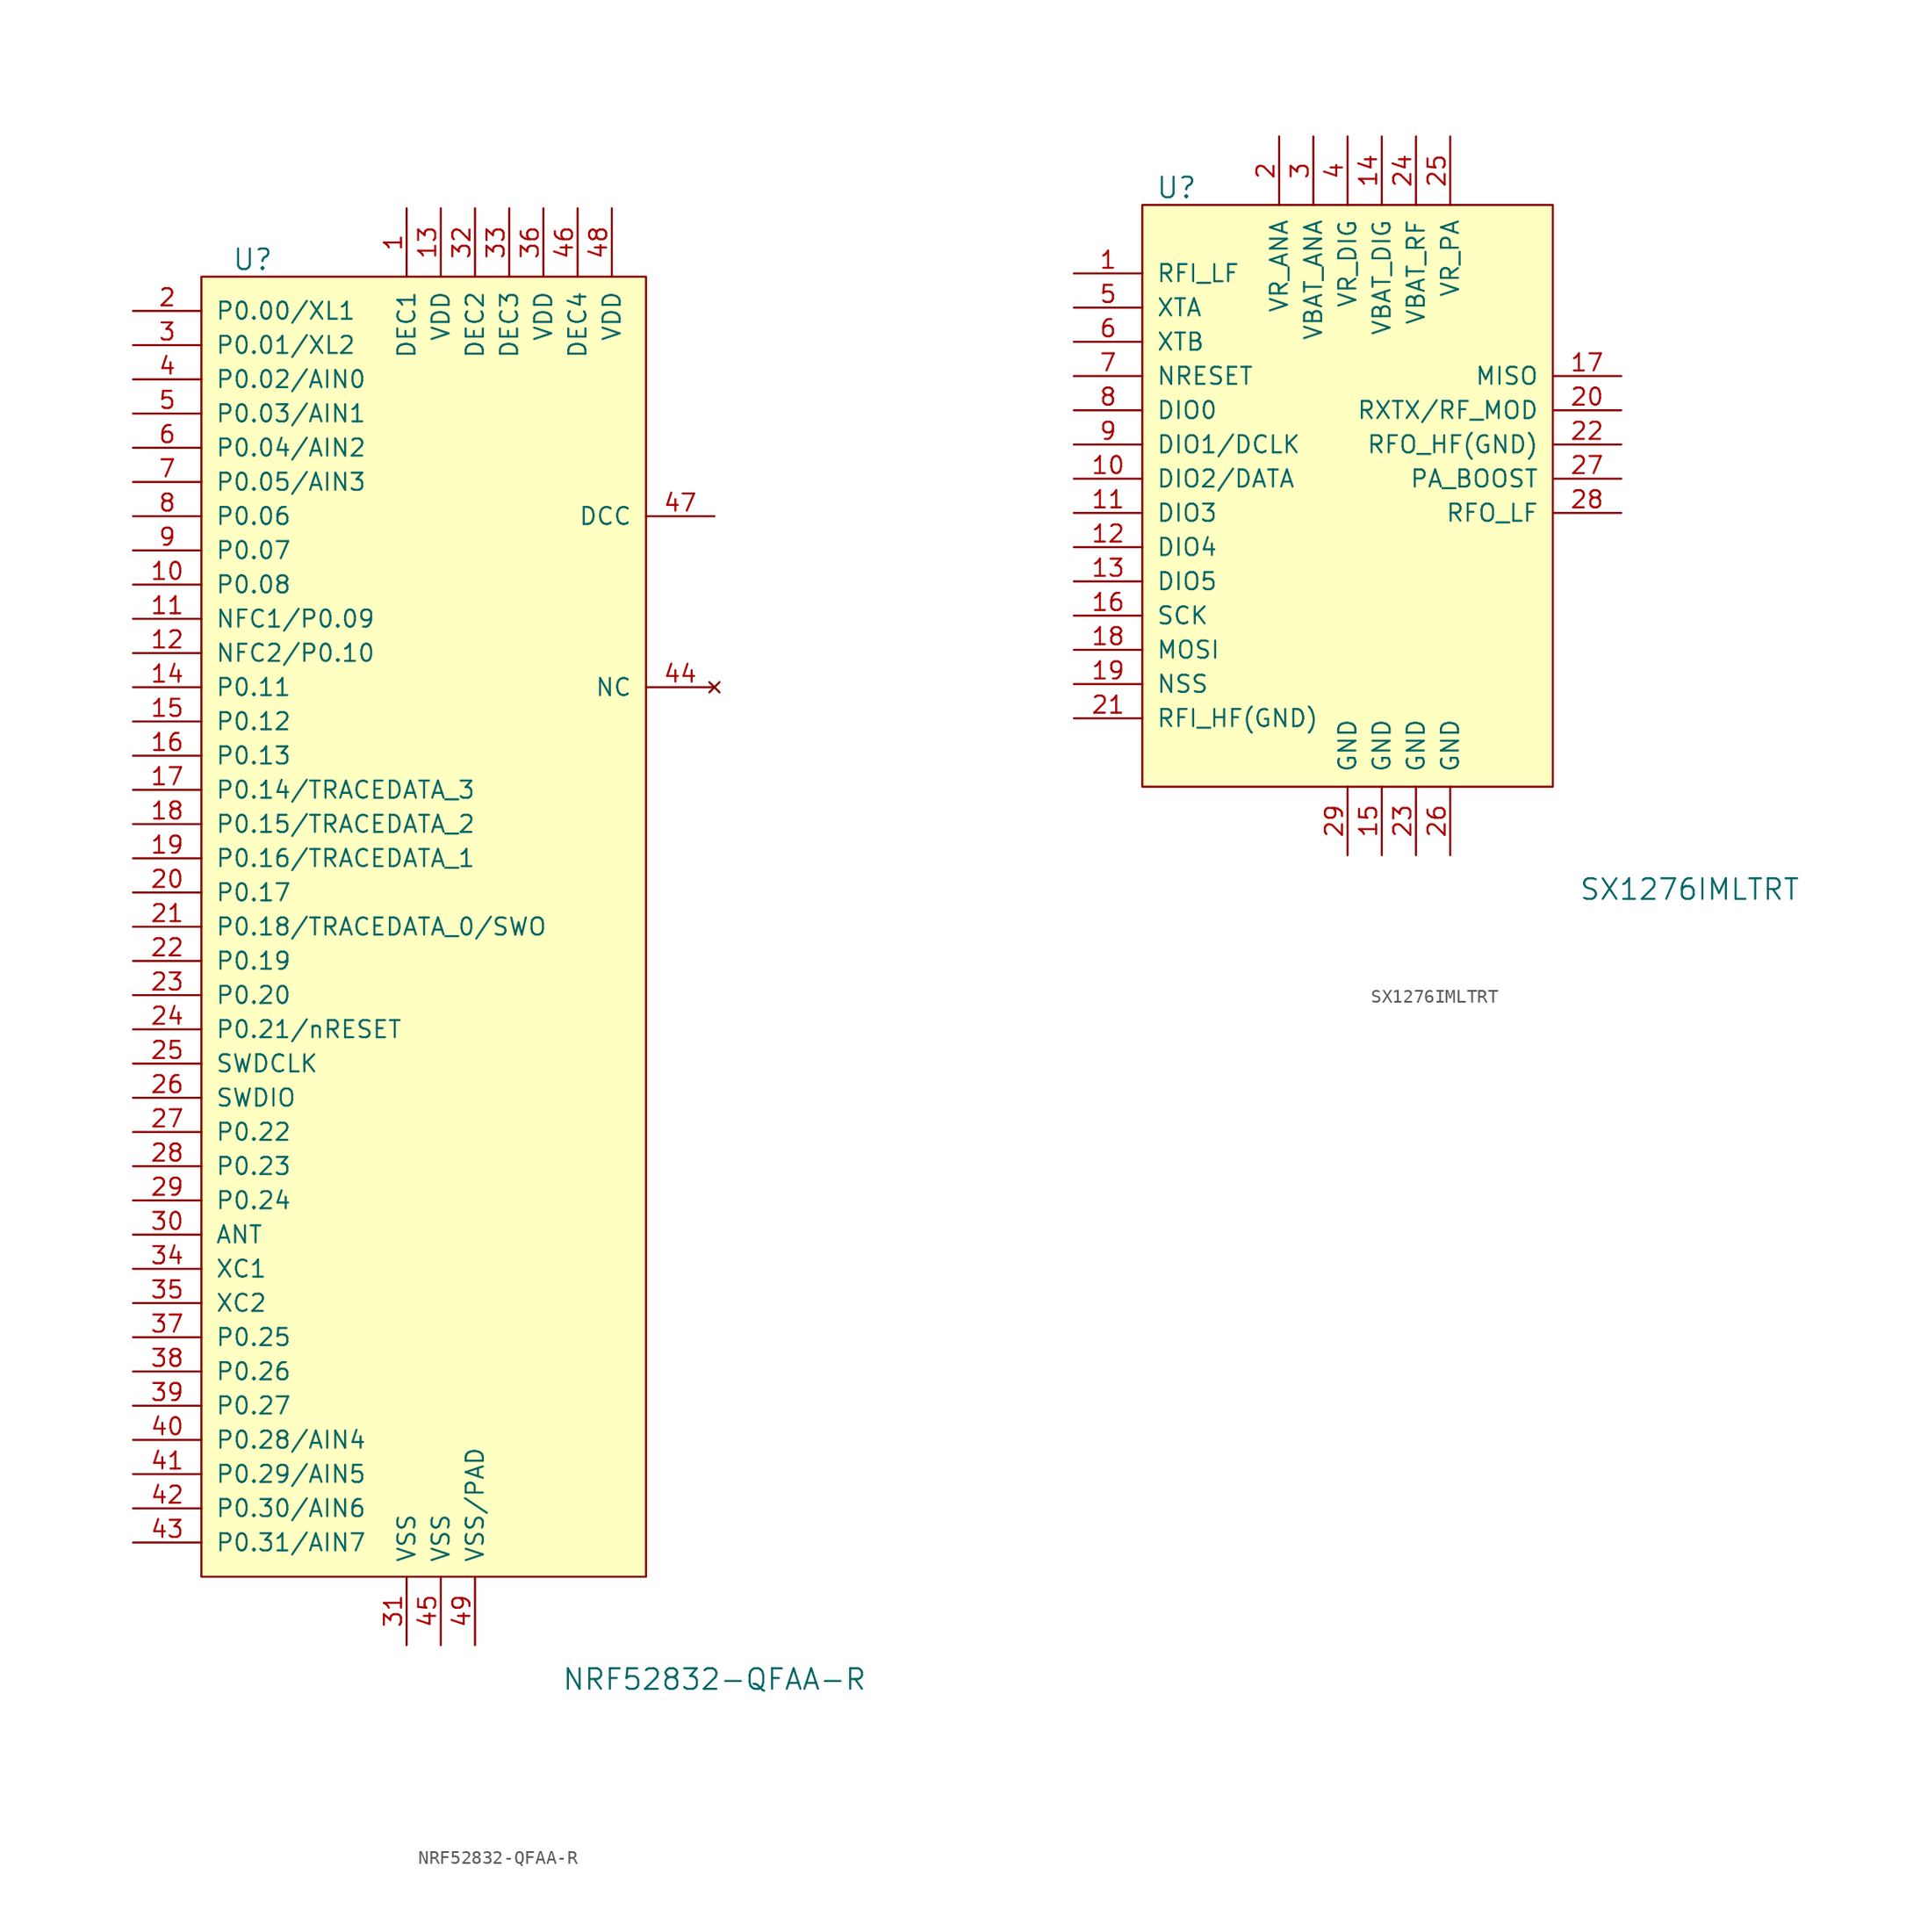
<source format=kicad_sym>
(kicad_symbol_lib
  (version 20231120)
  (generator "kicad_symbol_editor")
  (generator_version "8.0")
  (symbol "NRF52832-QFAA-R"
    (pin_names
      (offset 1.016))
    (property "Reference" "U"
      (at -13.97 49.53 0)
      (effects (font (size 1.524 1.524))))
    (property "Value" "NRF52832-QFAA-R"
      (at 20.32 -55.88 0)
      (effects (font (size 1.524 1.524))))
    (symbol "NRF52832-QFAA-R_0_1"
      (rectangle (start -17.78 48.26) (end 15.24 -48.26) (stroke (width 0) (type default)) (fill (type background))))
    (symbol "NRF52832-QFAA-R_1_1"
      (pin power_in line (at -2.54 53.34 270) (length 5.08) (name "DEC1" (effects (font (size 1.27 1.27)))) (number "1" (effects (font (size 1.27 1.27)))))
      (pin bidirectional line (at -22.86 25.4 0) (length 5.08) (name "P0.08" (effects (font (size 1.27 1.27)))) (number "10" (effects (font (size 1.27 1.27)))))
      (pin bidirectional line (at -22.86 22.86 0) (length 5.08) (name "NFC1/P0.09" (effects (font (size 1.27 1.27)))) (number "11" (effects (font (size 1.27 1.27)))))
      (pin bidirectional line (at -22.86 20.32 0) (length 5.08) (name "NFC2/P0.10" (effects (font (size 1.27 1.27)))) (number "12" (effects (font (size 1.27 1.27)))))
      (pin power_in line (at 0 53.34 270) (length 5.08) (name "VDD" (effects (font (size 1.27 1.27)))) (number "13" (effects (font (size 1.27 1.27)))))
      (pin bidirectional line (at -22.86 17.78 0) (length 5.08) (name "P0.11" (effects (font (size 1.27 1.27)))) (number "14" (effects (font (size 1.27 1.27)))))
      (pin bidirectional line (at -22.86 15.24 0) (length 5.08) (name "P0.12" (effects (font (size 1.27 1.27)))) (number "15" (effects (font (size 1.27 1.27)))))
      (pin bidirectional line (at -22.86 12.7 0) (length 5.08) (name "P0.13" (effects (font (size 1.27 1.27)))) (number "16" (effects (font (size 1.27 1.27)))))
      (pin bidirectional line (at -22.86 10.16 0) (length 5.08) (name "P0.14/TRACEDATA_3" (effects (font (size 1.27 1.27)))) (number "17" (effects (font (size 1.27 1.27)))))
      (pin bidirectional line (at -22.86 7.62 0) (length 5.08) (name "P0.15/TRACEDATA_2" (effects (font (size 1.27 1.27)))) (number "18" (effects (font (size 1.27 1.27)))))
      (pin bidirectional line (at -22.86 5.08 0) (length 5.08) (name "P0.16/TRACEDATA_1" (effects (font (size 1.27 1.27)))) (number "19" (effects (font (size 1.27 1.27)))))
      (pin bidirectional line (at -22.86 45.72 0) (length 5.08) (name "P0.00/XL1" (effects (font (size 1.27 1.27)))) (number "2" (effects (font (size 1.27 1.27)))))
      (pin bidirectional line (at -22.86 2.54 0) (length 5.08) (name "P0.17" (effects (font (size 1.27 1.27)))) (number "20" (effects (font (size 1.27 1.27)))))
      (pin bidirectional line (at -22.86 0 0) (length 5.08) (name "P0.18/TRACEDATA_0/SWO" (effects (font (size 1.27 1.27)))) (number "21" (effects (font (size 1.27 1.27)))))
      (pin bidirectional line (at -22.86 -2.54 0) (length 5.08) (name "P0.19" (effects (font (size 1.27 1.27)))) (number "22" (effects (font (size 1.27 1.27)))))
      (pin bidirectional line (at -22.86 -5.08 0) (length 5.08) (name "P0.20" (effects (font (size 1.27 1.27)))) (number "23" (effects (font (size 1.27 1.27)))))
      (pin bidirectional line (at -22.86 -7.62 0) (length 5.08) (name "P0.21/nRESET" (effects (font (size 1.27 1.27)))) (number "24" (effects (font (size 1.27 1.27)))))
      (pin input line (at -22.86 -10.16 0) (length 5.08) (name "SWDCLK" (effects (font (size 1.27 1.27)))) (number "25" (effects (font (size 1.27 1.27)))))
      (pin bidirectional line (at -22.86 -12.7 0) (length 5.08) (name "SWDIO" (effects (font (size 1.27 1.27)))) (number "26" (effects (font (size 1.27 1.27)))))
      (pin bidirectional line (at -22.86 -15.24 0) (length 5.08) (name "P0.22" (effects (font (size 1.27 1.27)))) (number "27" (effects (font (size 1.27 1.27)))))
      (pin bidirectional line (at -22.86 -17.78 0) (length 5.08) (name "P0.23" (effects (font (size 1.27 1.27)))) (number "28" (effects (font (size 1.27 1.27)))))
      (pin bidirectional line (at -22.86 -20.32 0) (length 5.08) (name "P0.24" (effects (font (size 1.27 1.27)))) (number "29" (effects (font (size 1.27 1.27)))))
      (pin bidirectional line (at -22.86 43.18 0) (length 5.08) (name "P0.01/XL2" (effects (font (size 1.27 1.27)))) (number "3" (effects (font (size 1.27 1.27)))))
      (pin bidirectional line (at -22.86 -22.86 0) (length 5.08) (name "ANT" (effects (font (size 1.27 1.27)))) (number "30" (effects (font (size 1.27 1.27)))))
      (pin power_in line (at -2.54 -53.34 90) (length 5.08) (name "VSS" (effects (font (size 1.27 1.27)))) (number "31" (effects (font (size 1.27 1.27)))))
      (pin power_in line (at 2.54 53.34 270) (length 5.08) (name "DEC2" (effects (font (size 1.27 1.27)))) (number "32" (effects (font (size 1.27 1.27)))))
      (pin power_in line (at 5.08 53.34 270) (length 5.08) (name "DEC3" (effects (font (size 1.27 1.27)))) (number "33" (effects (font (size 1.27 1.27)))))
      (pin input line (at -22.86 -25.4 0) (length 5.08) (name "XC1" (effects (font (size 1.27 1.27)))) (number "34" (effects (font (size 1.27 1.27)))))
      (pin input line (at -22.86 -27.94 0) (length 5.08) (name "XC2" (effects (font (size 1.27 1.27)))) (number "35" (effects (font (size 1.27 1.27)))))
      (pin power_in line (at 7.62 53.34 270) (length 5.08) (name "VDD" (effects (font (size 1.27 1.27)))) (number "36" (effects (font (size 1.27 1.27)))))
      (pin bidirectional line (at -22.86 -30.48 0) (length 5.08) (name "P0.25" (effects (font (size 1.27 1.27)))) (number "37" (effects (font (size 1.27 1.27)))))
      (pin bidirectional line (at -22.86 -33.02 0) (length 5.08) (name "P0.26" (effects (font (size 1.27 1.27)))) (number "38" (effects (font (size 1.27 1.27)))))
      (pin bidirectional line (at -22.86 -35.56 0) (length 5.08) (name "P0.27" (effects (font (size 1.27 1.27)))) (number "39" (effects (font (size 1.27 1.27)))))
      (pin bidirectional line (at -22.86 40.64 0) (length 5.08) (name "P0.02/AIN0" (effects (font (size 1.27 1.27)))) (number "4" (effects (font (size 1.27 1.27)))))
      (pin bidirectional line (at -22.86 -38.1 0) (length 5.08) (name "P0.28/AIN4" (effects (font (size 1.27 1.27)))) (number "40" (effects (font (size 1.27 1.27)))))
      (pin bidirectional line (at -22.86 -40.64 0) (length 5.08) (name "P0.29/AIN5" (effects (font (size 1.27 1.27)))) (number "41" (effects (font (size 1.27 1.27)))))
      (pin bidirectional line (at -22.86 -43.18 0) (length 5.08) (name "P0.30/AIN6" (effects (font (size 1.27 1.27)))) (number "42" (effects (font (size 1.27 1.27)))))
      (pin bidirectional line (at -22.86 -45.72 0) (length 5.08) (name "P0.31/AIN7" (effects (font (size 1.27 1.27)))) (number "43" (effects (font (size 1.27 1.27)))))
      (pin no_connect line (at 20.32 17.78 180) (length 5.08) (name "NC" (effects (font (size 1.27 1.27)))) (number "44" (effects (font (size 1.27 1.27)))))
      (pin power_in line (at 0 -53.34 90) (length 5.08) (name "VSS" (effects (font (size 1.27 1.27)))) (number "45" (effects (font (size 1.27 1.27)))))
      (pin power_in line (at 10.16 53.34 270) (length 5.08) (name "DEC4" (effects (font (size 1.27 1.27)))) (number "46" (effects (font (size 1.27 1.27)))))
      (pin power_out line (at 20.32 30.48 180) (length 5.08) (name "DCC" (effects (font (size 1.27 1.27)))) (number "47" (effects (font (size 1.27 1.27)))))
      (pin power_in line (at 12.7 53.34 270) (length 5.08) (name "VDD" (effects (font (size 1.27 1.27)))) (number "48" (effects (font (size 1.27 1.27)))))
      (pin power_in line (at 2.54 -53.34 90) (length 5.08) (name "VSS/PAD" (effects (font (size 1.27 1.27)))) (number "49" (effects (font (size 1.27 1.27)))))
      (pin bidirectional line (at -22.86 38.1 0) (length 5.08) (name "P0.03/AIN1" (effects (font (size 1.27 1.27)))) (number "5" (effects (font (size 1.27 1.27)))))
      (pin bidirectional line (at -22.86 35.56 0) (length 5.08) (name "P0.04/AIN2" (effects (font (size 1.27 1.27)))) (number "6" (effects (font (size 1.27 1.27)))))
      (pin bidirectional line (at -22.86 33.02 0) (length 5.08) (name "P0.05/AIN3" (effects (font (size 1.27 1.27)))) (number "7" (effects (font (size 1.27 1.27)))))
      (pin bidirectional line (at -22.86 30.48 0) (length 5.08) (name "P0.06" (effects (font (size 1.27 1.27)))) (number "8" (effects (font (size 1.27 1.27)))))
      (pin bidirectional line (at -22.86 27.94 0) (length 5.08) (name "P0.07" (effects (font (size 1.27 1.27)))) (number "9" (effects (font (size 1.27 1.27)))))))
  (symbol "SX1276IMLTRT"
    (pin_names
      (offset 1.016))
    (property "Reference" "U"
      (at -12.7 24.13 0)
      (effects (font (size 1.524 1.524))))
    (property "Value" "SX1276IMLTRT"
      (at 25.4 -27.94 0)
      (effects (font (size 1.524 1.524))))
    (symbol "SX1276IMLTRT_0_1"
      (rectangle (start -15.24 22.86) (end 15.24 -20.32) (stroke (width 0) (type default)) (fill (type background))))
    (symbol "SX1276IMLTRT_1_1"
      (pin input line (at -20.32 17.78 0) (length 5.08) (name "RFI_LF" (effects (font (size 1.27 1.27)))) (number "1" (effects (font (size 1.27 1.27)))))
      (pin bidirectional line (at -20.32 2.54 0) (length 5.08) (name "DIO2/DATA" (effects (font (size 1.27 1.27)))) (number "10" (effects (font (size 1.27 1.27)))))
      (pin bidirectional line (at -20.32 0 0) (length 5.08) (name "DIO3" (effects (font (size 1.27 1.27)))) (number "11" (effects (font (size 1.27 1.27)))))
      (pin bidirectional line (at -20.32 -2.54 0) (length 5.08) (name "DIO4" (effects (font (size 1.27 1.27)))) (number "12" (effects (font (size 1.27 1.27)))))
      (pin bidirectional line (at -20.32 -5.08 0) (length 5.08) (name "DIO5" (effects (font (size 1.27 1.27)))) (number "13" (effects (font (size 1.27 1.27)))))
      (pin power_in line (at 2.54 27.94 270) (length 5.08) (name "VBAT_DIG" (effects (font (size 1.27 1.27)))) (number "14" (effects (font (size 1.27 1.27)))))
      (pin power_in line (at 2.54 -25.4 90) (length 5.08) (name "GND" (effects (font (size 1.27 1.27)))) (number "15" (effects (font (size 1.27 1.27)))))
      (pin input line (at -20.32 -7.62 0) (length 5.08) (name "SCK" (effects (font (size 1.27 1.27)))) (number "16" (effects (font (size 1.27 1.27)))))
      (pin output line (at 20.32 10.16 180) (length 5.08) (name "MISO" (effects (font (size 1.27 1.27)))) (number "17" (effects (font (size 1.27 1.27)))))
      (pin input line (at -20.32 -10.16 0) (length 5.08) (name "MOSI" (effects (font (size 1.27 1.27)))) (number "18" (effects (font (size 1.27 1.27)))))
      (pin input line (at -20.32 -12.7 0) (length 5.08) (name "NSS" (effects (font (size 1.27 1.27)))) (number "19" (effects (font (size 1.27 1.27)))))
      (pin power_in line (at -5.08 27.94 270) (length 5.08) (name "VR_ANA" (effects (font (size 1.27 1.27)))) (number "2" (effects (font (size 1.27 1.27)))))
      (pin output line (at 20.32 7.62 180) (length 5.08) (name "RXTX/RF_MOD" (effects (font (size 1.27 1.27)))) (number "20" (effects (font (size 1.27 1.27)))))
      (pin input line (at -20.32 -15.24 0) (length 5.08) (name "RFI_HF(GND)" (effects (font (size 1.27 1.27)))) (number "21" (effects (font (size 1.27 1.27)))))
      (pin output line (at 20.32 5.08 180) (length 5.08) (name "RFO_HF(GND)" (effects (font (size 1.27 1.27)))) (number "22" (effects (font (size 1.27 1.27)))))
      (pin power_in line (at 5.08 -25.4 90) (length 5.08) (name "GND" (effects (font (size 1.27 1.27)))) (number "23" (effects (font (size 1.27 1.27)))))
      (pin power_in line (at 5.08 27.94 270) (length 5.08) (name "VBAT_RF" (effects (font (size 1.27 1.27)))) (number "24" (effects (font (size 1.27 1.27)))))
      (pin power_in line (at 7.62 27.94 270) (length 5.08) (name "VR_PA" (effects (font (size 1.27 1.27)))) (number "25" (effects (font (size 1.27 1.27)))))
      (pin power_in line (at 7.62 -25.4 90) (length 5.08) (name "GND" (effects (font (size 1.27 1.27)))) (number "26" (effects (font (size 1.27 1.27)))))
      (pin output line (at 20.32 2.54 180) (length 5.08) (name "PA_BOOST" (effects (font (size 1.27 1.27)))) (number "27" (effects (font (size 1.27 1.27)))))
      (pin output line (at 20.32 0 180) (length 5.08) (name "RFO_LF" (effects (font (size 1.27 1.27)))) (number "28" (effects (font (size 1.27 1.27)))))
      (pin power_in line (at 0 -25.4 90) (length 5.08) (name "GND" (effects (font (size 1.27 1.27)))) (number "29" (effects (font (size 1.27 1.27)))))
      (pin power_in line (at -2.54 27.94 270) (length 5.08) (name "VBAT_ANA" (effects (font (size 1.27 1.27)))) (number "3" (effects (font (size 1.27 1.27)))))
      (pin power_in line (at 0 27.94 270) (length 5.08) (name "VR_DIG" (effects (font (size 1.27 1.27)))) (number "4" (effects (font (size 1.27 1.27)))))
      (pin bidirectional line (at -20.32 15.24 0) (length 5.08) (name "XTA" (effects (font (size 1.27 1.27)))) (number "5" (effects (font (size 1.27 1.27)))))
      (pin bidirectional line (at -20.32 12.7 0) (length 5.08) (name "XTB" (effects (font (size 1.27 1.27)))) (number "6" (effects (font (size 1.27 1.27)))))
      (pin bidirectional line (at -20.32 10.16 0) (length 5.08) (name "NRESET" (effects (font (size 1.27 1.27)))) (number "7" (effects (font (size 1.27 1.27)))))
      (pin bidirectional line (at -20.32 7.62 0) (length 5.08) (name "DIO0" (effects (font (size 1.27 1.27)))) (number "8" (effects (font (size 1.27 1.27)))))
      (pin bidirectional line (at -20.32 5.08 0) (length 5.08) (name "DIO1/DCLK" (effects (font (size 1.27 1.27)))) (number "9" (effects (font (size 1.27 1.27))))))))
</source>
